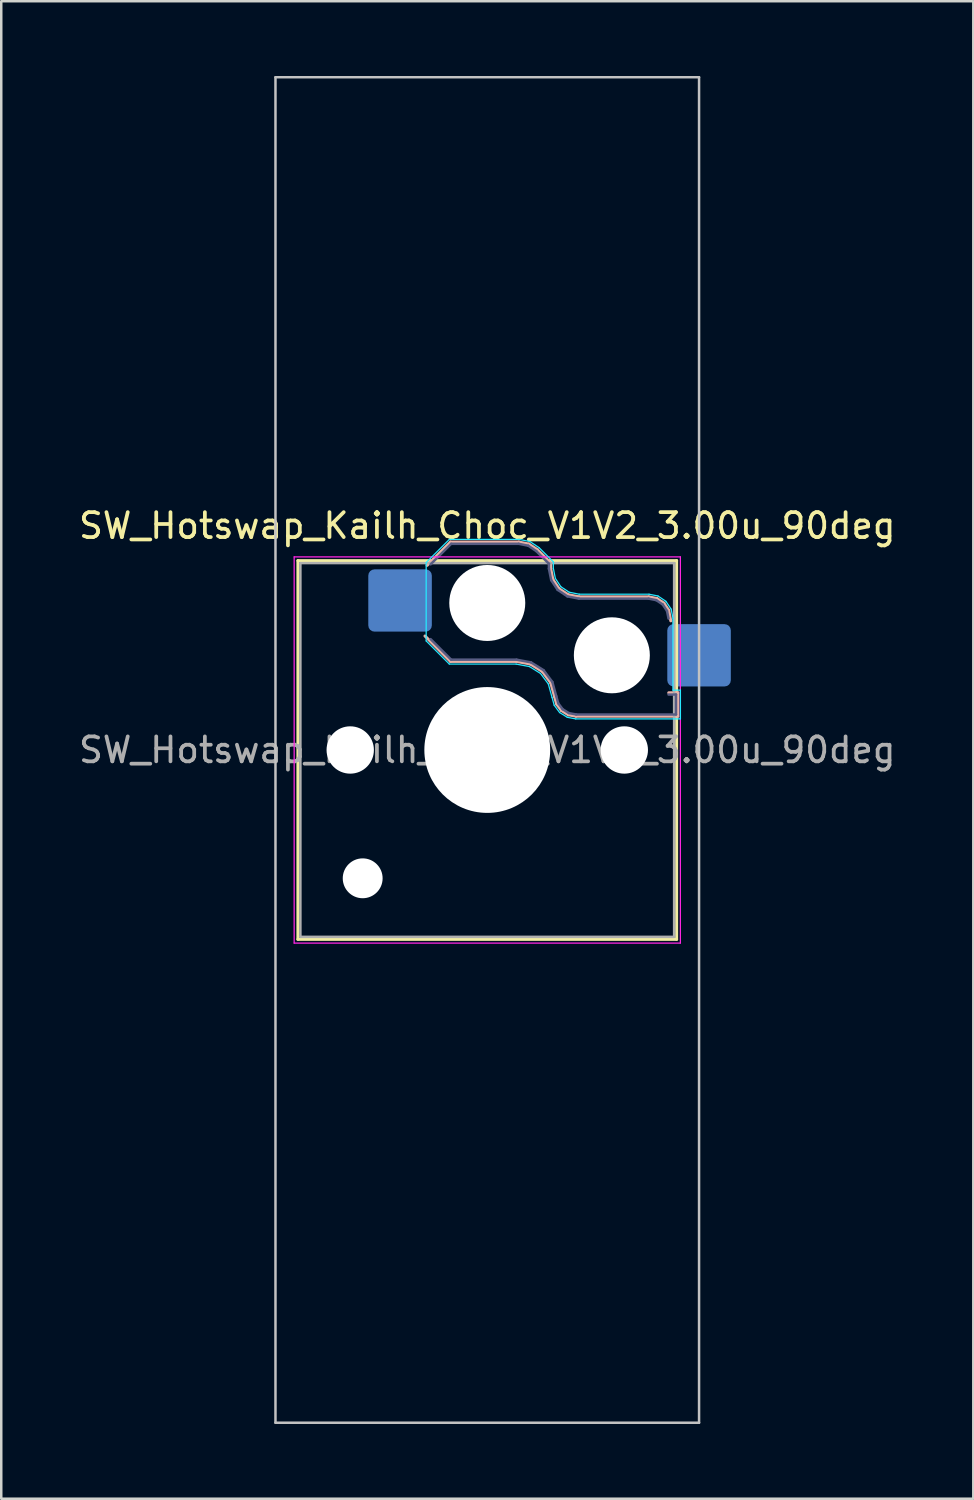
<source format=kicad_pcb>
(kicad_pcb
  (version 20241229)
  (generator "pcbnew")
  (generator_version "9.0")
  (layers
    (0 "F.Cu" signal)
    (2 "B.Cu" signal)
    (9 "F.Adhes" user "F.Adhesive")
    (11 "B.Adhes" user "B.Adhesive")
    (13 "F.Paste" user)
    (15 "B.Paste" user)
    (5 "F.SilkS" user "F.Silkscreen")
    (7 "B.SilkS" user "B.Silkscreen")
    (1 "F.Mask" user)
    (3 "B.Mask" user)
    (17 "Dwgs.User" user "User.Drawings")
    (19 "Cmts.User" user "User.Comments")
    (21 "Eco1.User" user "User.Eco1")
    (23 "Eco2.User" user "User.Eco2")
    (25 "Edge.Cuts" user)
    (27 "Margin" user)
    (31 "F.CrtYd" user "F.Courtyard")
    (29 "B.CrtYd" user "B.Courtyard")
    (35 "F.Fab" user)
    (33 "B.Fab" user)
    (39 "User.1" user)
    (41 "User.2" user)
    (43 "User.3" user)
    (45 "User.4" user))
  (footprint "SW_Hotswap_Kailh_Choc_V1V2_3.00u_90deg"
    (layer "F.Cu")
    (at 16.506 27.05)
    (property "Reference" "SW_Hotswap_Kailh_Choc_V1V2_3.00u_90deg" (at 0 -9 0) (layer "F.SilkS") (effects (font (size 1 1) (thickness 0.15))))
    (attr smd)
    (fp_line (start -7.6 -7.6) (end -7.6 7.6) (stroke (width 0.12) (type solid)) (layer "F.SilkS"))
    (fp_line (start -7.6 7.6) (end 7.6 7.6) (stroke (width 0.12) (type solid)) (layer "F.SilkS"))
    (fp_line (start 7.6 -7.6) (end -7.6 -7.6) (stroke (width 0.12) (type solid)) (layer "F.SilkS"))
    (fp_line (start 7.6 7.6) (end 7.6 -7.6) (stroke (width 0.12) (type solid)) (layer "F.SilkS"))
    (fp_line (start -2.416 -7.409) (end -1.479 -8.346) (stroke (width 0.12) (type solid)) (layer "B.SilkS"))
    (fp_line (start -1.479 -8.346) (end 1.268 -8.346) (stroke (width 0.12) (type solid)) (layer "B.SilkS"))
    (fp_line (start -1.479 -3.554) (end -2.5 -4.575) (stroke (width 0.12) (type solid)) (layer "B.SilkS"))
    (fp_line (start 1.168 -3.554) (end -1.479 -3.554) (stroke (width 0.12) (type solid)) (layer "B.SilkS"))
    (fp_line (start 1.268 -8.346) (end 1.671 -8.266) (stroke (width 0.12) (type solid)) (layer "B.SilkS"))
    (fp_line (start 1.671 -8.266) (end 2.013 -8.037) (stroke (width 0.12) (type solid)) (layer "B.SilkS"))
    (fp_line (start 1.73 -3.449) (end 1.168 -3.554) (stroke (width 0.12) (type solid)) (layer "B.SilkS"))
    (fp_line (start 2.013 -8.037) (end 2.546 -7.504) (stroke (width 0.12) (type solid)) (layer "B.SilkS"))
    (fp_line (start 2.209 -3.15) (end 1.73 -3.449) (stroke (width 0.12) (type solid)) (layer "B.SilkS"))
    (fp_line (start 2.546 -7.504) (end 2.546 -7.282) (stroke (width 0.12) (type solid)) (layer "B.SilkS"))
    (fp_line (start 2.546 -7.282) (end 2.633 -6.844) (stroke (width 0.12) (type solid)) (layer "B.SilkS"))
    (fp_line (start 2.547 -2.697) (end 2.209 -3.15) (stroke (width 0.12) (type solid)) (layer "B.SilkS"))
    (fp_line (start 2.633 -6.844) (end 2.877 -6.477) (stroke (width 0.12) (type solid)) (layer "B.SilkS"))
    (fp_line (start 2.701 -2.139) (end 2.547 -2.697) (stroke (width 0.12) (type solid)) (layer "B.SilkS"))
    (fp_line (start 2.783 -1.841) (end 2.701 -2.139) (stroke (width 0.12) (type solid)) (layer "B.SilkS"))
    (fp_line (start 2.877 -6.477) (end 3.244 -6.233) (stroke (width 0.12) (type solid)) (layer "B.SilkS"))
    (fp_line (start 2.976 -1.583) (end 2.783 -1.841) (stroke (width 0.12) (type solid)) (layer "B.SilkS"))
    (fp_line (start 3.244 -6.233) (end 3.682 -6.146) (stroke (width 0.12) (type solid)) (layer "B.SilkS"))
    (fp_line (start 3.25 -1.413) (end 2.976 -1.583) (stroke (width 0.12) (type solid)) (layer "B.SilkS"))
    (fp_line (start 3.56 -1.354) (end 3.25 -1.413) (stroke (width 0.12) (type solid)) (layer "B.SilkS"))
    (fp_line (start 3.682 -6.146) (end 6.482 -6.146) (stroke (width 0.12) (type solid)) (layer "B.SilkS"))
    (fp_line (start 6.482 -6.146) (end 6.809 -6.081) (stroke (width 0.12) (type solid)) (layer "B.SilkS"))
    (fp_line (start 6.809 -6.081) (end 7.092 -5.892) (stroke (width 0.12) (type solid)) (layer "B.SilkS"))
    (fp_line (start 7.092 -5.892) (end 7.281 -5.609) (stroke (width 0.12) (type solid)) (layer "B.SilkS"))
    (fp_line (start 7.281 -5.609) (end 7.366 -5.182) (stroke (width 0.12) (type solid)) (layer "B.SilkS"))
    (fp_line (start 7.283 -2.296) (end 7.646 -2.296) (stroke (width 0.12) (type solid)) (layer "B.SilkS"))
    (fp_line (start 7.646 -2.296) (end 7.646 -1.354) (stroke (width 0.12) (type solid)) (layer "B.SilkS"))
    (fp_line (start 7.646 -1.354) (end 3.56 -1.354) (stroke (width 0.12) (type solid)) (layer "B.SilkS"))
    (fp_line (start -8.5 -27) (end 8.5 -27) (stroke (width 0.1) (type solid)) (layer "Dwgs.User"))
    (fp_line (start -8.5 27) (end -8.5 -27) (stroke (width 0.1) (type solid)) (layer "Dwgs.User"))
    (fp_line (start 8.5 -27) (end 8.5 27) (stroke (width 0.1) (type solid)) (layer "Dwgs.User"))
    (fp_line (start 8.5 27) (end -8.5 27) (stroke (width 0.1) (type solid)) (layer "Dwgs.User"))
    (fp_line (start -7.25 -7.25) (end -7.25 7.25) (stroke (width 0.1) (type solid)) (layer "Eco1.User"))
    (fp_line (start -7.25 7.25) (end 7.25 7.25) (stroke (width 0.1) (type solid)) (layer "Eco1.User"))
    (fp_line (start 7.25 -7.25) (end -7.25 -7.25) (stroke (width 0.1) (type solid)) (layer "Eco1.User"))
    (fp_line (start 7.25 7.25) (end 7.25 -7.25) (stroke (width 0.1) (type solid)) (layer "Eco1.User"))
    (fp_line (start -2.452 -7.523) (end -1.523 -8.452) (stroke (width 0.05) (type solid)) (layer "B.CrtYd"))
    (fp_line (start -2.452 -4.377) (end -2.452 -7.523) (stroke (width 0.05) (type solid)) (layer "B.CrtYd"))
    (fp_line (start -1.523 -8.452) (end 1.278 -8.452) (stroke (width 0.05) (type solid)) (layer "B.CrtYd"))
    (fp_line (start -1.523 -3.448) (end -2.452 -4.377) (stroke (width 0.05) (type solid)) (layer "B.CrtYd"))
    (fp_line (start 1.159 -3.448) (end -1.523 -3.448) (stroke (width 0.05) (type solid)) (layer "B.CrtYd"))
    (fp_line (start 1.278 -8.452) (end 1.712 -8.366) (stroke (width 0.05) (type solid)) (layer "B.CrtYd"))
    (fp_line (start 1.691 -3.348) (end 1.159 -3.448) (stroke (width 0.05) (type solid)) (layer "B.CrtYd"))
    (fp_line (start 1.712 -8.366) (end 2.081 -8.119) (stroke (width 0.05) (type solid)) (layer "B.CrtYd"))
    (fp_line (start 2.081 -8.119) (end 2.652 -7.548) (stroke (width 0.05) (type solid)) (layer "B.CrtYd"))
    (fp_line (start 2.136 -3.071) (end 1.691 -3.348) (stroke (width 0.05) (type solid)) (layer "B.CrtYd"))
    (fp_line (start 2.45 -2.65) (end 2.136 -3.071) (stroke (width 0.05) (type solid)) (layer "B.CrtYd"))
    (fp_line (start 2.599 -2.111) (end 2.45 -2.65) (stroke (width 0.05) (type solid)) (layer "B.CrtYd"))
    (fp_line (start 2.652 -7.548) (end 2.652 -7.292) (stroke (width 0.05) (type solid)) (layer "B.CrtYd"))
    (fp_line (start 2.652 -7.292) (end 2.733 -6.885) (stroke (width 0.05) (type solid)) (layer "B.CrtYd"))
    (fp_line (start 2.687 -1.794) (end 2.599 -2.111) (stroke (width 0.05) (type solid)) (layer "B.CrtYd"))
    (fp_line (start 2.733 -6.885) (end 2.953 -6.553) (stroke (width 0.05) (type solid)) (layer "B.CrtYd"))
    (fp_line (start 2.903 -1.503) (end 2.687 -1.794) (stroke (width 0.05) (type solid)) (layer "B.CrtYd"))
    (fp_line (start 2.953 -6.553) (end 3.285 -6.333) (stroke (width 0.05) (type solid)) (layer "B.CrtYd"))
    (fp_line (start 3.211 -1.312) (end 2.903 -1.503) (stroke (width 0.05) (type solid)) (layer "B.CrtYd"))
    (fp_line (start 3.285 -6.333) (end 3.692 -6.252) (stroke (width 0.05) (type solid)) (layer "B.CrtYd"))
    (fp_line (start 3.55 -1.248) (end 3.211 -1.312) (stroke (width 0.05) (type solid)) (layer "B.CrtYd"))
    (fp_line (start 3.692 -6.252) (end 6.492 -6.252) (stroke (width 0.05) (type solid)) (layer "B.CrtYd"))
    (fp_line (start 6.492 -6.252) (end 6.85 -6.181) (stroke (width 0.05) (type solid)) (layer "B.CrtYd"))
    (fp_line (start 6.85 -6.181) (end 7.168 -5.968) (stroke (width 0.05) (type solid)) (layer "B.CrtYd"))
    (fp_line (start 7.168 -5.968) (end 7.381 -5.65) (stroke (width 0.05) (type solid)) (layer "B.CrtYd"))
    (fp_line (start 7.381 -5.65) (end 7.452 -5.292) (stroke (width 0.05) (type solid)) (layer "B.CrtYd"))
    (fp_line (start 7.452 -5.292) (end 7.452 -2.402) (stroke (width 0.05) (type solid)) (layer "B.CrtYd"))
    (fp_line (start 7.452 -2.402) (end 7.752 -2.402) (stroke (width 0.05) (type solid)) (layer "B.CrtYd"))
    (fp_line (start 7.752 -2.402) (end 7.752 -1.248) (stroke (width 0.05) (type solid)) (layer "B.CrtYd"))
    (fp_line (start 7.752 -1.248) (end 3.55 -1.248) (stroke (width 0.05) (type solid)) (layer "B.CrtYd"))
    (fp_line (start -7.75 -7.75) (end -7.75 7.75) (stroke (width 0.05) (type solid)) (layer "F.CrtYd"))
    (fp_line (start -7.75 7.75) (end 7.75 7.75) (stroke (width 0.05) (type solid)) (layer "F.CrtYd"))
    (fp_line (start 7.75 -7.75) (end -7.75 -7.75) (stroke (width 0.05) (type solid)) (layer "F.CrtYd"))
    (fp_line (start 7.75 7.75) (end 7.75 -7.75) (stroke (width 0.05) (type solid)) (layer "F.CrtYd"))
    (fp_line (start -2.275 -7.45) (end -1.45 -8.275) (stroke (width 0.1) (type solid)) (layer "B.Fab"))
    (fp_line (start -1.45 -8.275) (end 1.261 -8.275) (stroke (width 0.1) (type solid)) (layer "B.Fab"))
    (fp_line (start -1.45 -3.625) (end -2.275 -4.45) (stroke (width 0.1) (type solid)) (layer "B.Fab"))
    (fp_line (start 1.175 -3.625) (end -1.45 -3.625) (stroke (width 0.1) (type solid)) (layer "B.Fab"))
    (fp_line (start 1.261 -8.275) (end 1.643 -8.199) (stroke (width 0.1) (type solid)) (layer "B.Fab"))
    (fp_line (start 1.643 -8.199) (end 1.968 -7.982) (stroke (width 0.1) (type solid)) (layer "B.Fab"))
    (fp_line (start 1.756 -3.516) (end 1.175 -3.625) (stroke (width 0.1) (type solid)) (layer "B.Fab"))
    (fp_line (start 1.968 -7.982) (end 2.475 -7.475) (stroke (width 0.1) (type solid)) (layer "B.Fab"))
    (fp_line (start 2.258 -3.203) (end 1.756 -3.516) (stroke (width 0.1) (type solid)) (layer "B.Fab"))
    (fp_line (start 2.475 -7.475) (end 2.475 -7.275) (stroke (width 0.1) (type solid)) (layer "B.Fab"))
    (fp_line (start 2.475 -7.275) (end 2.566 -6.816) (stroke (width 0.1) (type solid)) (layer "B.Fab"))
    (fp_line (start 2.566 -6.816) (end 2.826 -6.426) (stroke (width 0.1) (type solid)) (layer "B.Fab"))
    (fp_line (start 2.612 -2.729) (end 2.258 -3.203) (stroke (width 0.1) (type solid)) (layer "B.Fab"))
    (fp_line (start 2.769 -2.158) (end 2.612 -2.729) (stroke (width 0.1) (type solid)) (layer "B.Fab"))
    (fp_line (start 2.826 -6.426) (end 3.216 -6.166) (stroke (width 0.1) (type solid)) (layer "B.Fab"))
    (fp_line (start 2.848 -1.873) (end 2.769 -2.158) (stroke (width 0.1) (type solid)) (layer "B.Fab"))
    (fp_line (start 3.025 -1.636) (end 2.848 -1.873) (stroke (width 0.1) (type solid)) (layer "B.Fab"))
    (fp_line (start 3.216 -6.166) (end 3.675 -6.075) (stroke (width 0.1) (type solid)) (layer "B.Fab"))
    (fp_line (start 3.276 -1.48) (end 3.025 -1.636) (stroke (width 0.1) (type solid)) (layer "B.Fab"))
    (fp_line (start 3.567 -1.425) (end 3.276 -1.48) (stroke (width 0.1) (type solid)) (layer "B.Fab"))
    (fp_line (start 3.675 -6.075) (end 6.475 -6.075) (stroke (width 0.1) (type solid)) (layer "B.Fab"))
    (fp_line (start 6.475 -6.075) (end 6.781 -6.014) (stroke (width 0.1) (type solid)) (layer "B.Fab"))
    (fp_line (start 6.781 -6.014) (end 7.041 -5.841) (stroke (width 0.1) (type solid)) (layer "B.Fab"))
    (fp_line (start 7.041 -5.841) (end 7.214 -5.581) (stroke (width 0.1) (type solid)) (layer "B.Fab"))
    (fp_line (start 7.214 -5.581) (end 7.275 -5.275) (stroke (width 0.1) (type solid)) (layer "B.Fab"))
    (fp_line (start 7.275 -2.225) (end 7.575 -2.225) (stroke (width 0.1) (type solid)) (layer "B.Fab"))
    (fp_line (start 7.575 -2.225) (end 7.575 -1.425) (stroke (width 0.1) (type solid)) (layer "B.Fab"))
    (fp_line (start 7.575 -1.425) (end 3.567 -1.425) (stroke (width 0.1) (type solid)) (layer "B.Fab"))
    (fp_line (start -7.5 -7.5) (end -7.5 7.5) (stroke (width 0.1) (type solid)) (layer "F.Fab"))
    (fp_line (start -7.5 7.5) (end 7.5 7.5) (stroke (width 0.1) (type solid)) (layer "F.Fab"))
    (fp_line (start 7.5 -7.5) (end -7.5 -7.5) (stroke (width 0.1) (type solid)) (layer "F.Fab"))
    (fp_line (start 7.5 7.5) (end 7.5 -7.5) (stroke (width 0.1) (type solid)) (layer "F.Fab"))
    (fp_text user "${REFERENCE}" (at 0 0 0) (layer "F.Fab") (effects (font (size 1 1) (thickness 0.15))))
    (pad "" np_thru_hole circle (at -5.5 0) (size 1.9 1.9) (drill 1.9) (layers "*.Cu" "*.Mask"))
    (pad "" np_thru_hole circle (at -5 5.15) (size 1.6 1.6) (drill 1.6) (layers "*.Cu" "*.Mask"))
    (pad "" np_thru_hole circle (at 0 -5.9) (size 3.05 3.05) (drill 3.05) (layers "*.Cu" "*.Mask"))
    (pad "" np_thru_hole circle (at 0 0) (size 5.05 5.05) (drill 5.05) (layers "*.Cu" "*.Mask"))
    (pad "" np_thru_hole circle (at 5 -3.8) (size 3.05 3.05) (drill 3.05) (layers "*.Cu" "*.Mask"))
    (pad "" np_thru_hole circle (at 5.5 0) (size 1.9 1.9) (drill 1.9) (layers "*.Cu" "*.Mask"))
    (pad "1" smd roundrect (at -3.5 -6) (size 2.55 2.5) (layers "B.Cu" "B.Mask" "B.Paste") (roundrect_rratio 0.1))
    (pad "2" smd roundrect (at 8.5 -3.8) (size 2.55 2.5) (layers "B.Cu" "B.Mask" "B.Paste") (roundrect_rratio 0.1)))
  (gr_rect
    (start -3 -3)
    (end 36.012 57.1)
    (stroke (width 0.1) (type default))
    (fill no)
    (layer "Edge.Cuts")))
</source>
